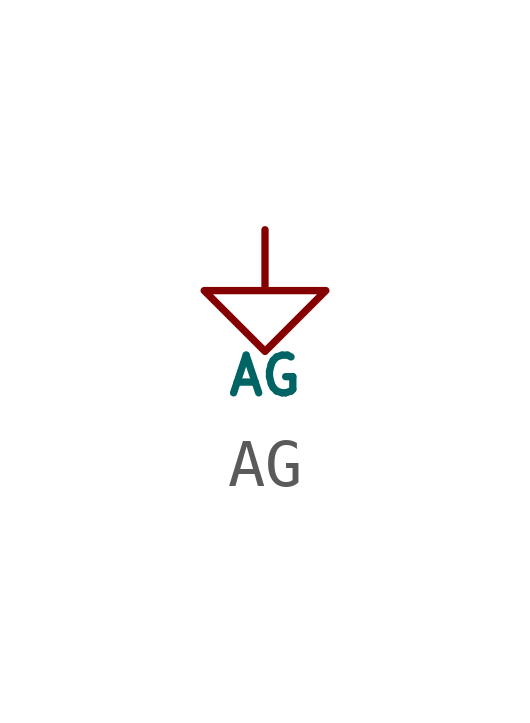
<source format=kicad_sym>
(kicad_symbol_lib
  (version 20220914)
  (generator kicad_symbol_editor)
  (symbol "AG"
    (power)
    (pin_numbers hide)
    (pin_names
      (offset 0) hide)
    (property "Reference" "#PWR"
      (at -0.127 -4.191 0)
      (effects (font (size 0.787 0.787)) hide))
    (property "Value" "AG"
      (at 0 -3.048 0)
      (effects (font (size 0.787 0.787))))
    (symbol "AG_0_1"
      (polyline (pts (xy 0 0) (xy 0 -1.27) (xy 1.27 -1.27) (xy 0 -2.54) (xy -1.27 -1.27) (xy 0 -1.27)) (stroke (width 0) (type solid)) (fill (type none))))
    (symbol "AG_1_1"
      (pin power_in line (at 0 0 270) (length 0) hide (name "GNDA" (effects (font (size 1.27 1.27)))) (number "1" (effects (font (size 1.27 1.27))))))))
</source>
